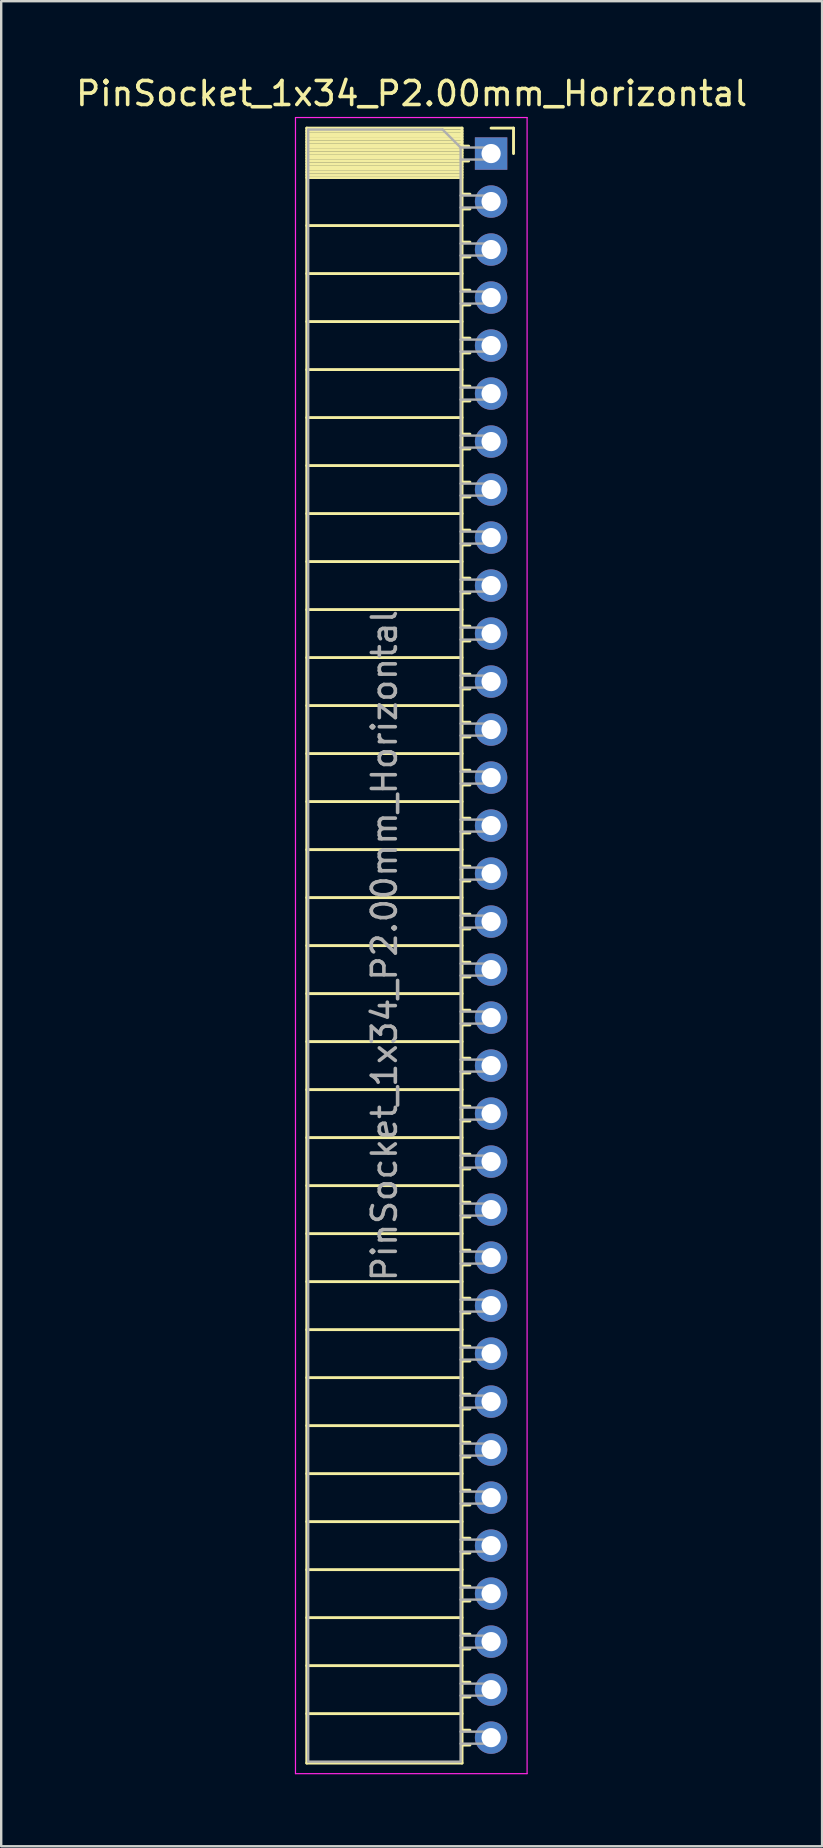
<source format=kicad_pcb>
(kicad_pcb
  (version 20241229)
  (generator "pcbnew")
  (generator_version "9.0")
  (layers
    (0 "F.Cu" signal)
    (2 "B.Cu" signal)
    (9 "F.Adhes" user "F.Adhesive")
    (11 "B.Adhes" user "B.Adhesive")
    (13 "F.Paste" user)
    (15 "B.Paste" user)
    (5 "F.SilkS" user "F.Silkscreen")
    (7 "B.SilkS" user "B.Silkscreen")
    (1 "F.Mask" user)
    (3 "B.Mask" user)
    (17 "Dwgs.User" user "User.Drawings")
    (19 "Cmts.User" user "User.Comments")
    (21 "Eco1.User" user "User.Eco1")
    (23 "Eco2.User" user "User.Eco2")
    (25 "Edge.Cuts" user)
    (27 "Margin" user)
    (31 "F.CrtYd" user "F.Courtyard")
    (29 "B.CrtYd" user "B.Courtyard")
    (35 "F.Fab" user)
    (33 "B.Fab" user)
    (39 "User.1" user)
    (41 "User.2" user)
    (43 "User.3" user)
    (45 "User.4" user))
  (footprint "PinSocket_1x34_P2.00mm_Horizontal"
    (layer "F.Cu")
    (at 17.411 3.348)
    (property "Reference" "PinSocket_1x34_P2.00mm_Horizontal" (at -3.31 -2.5 0) (layer "F.SilkS") (effects (font (size 1 1) (thickness 0.15))))
    (attr through_hole)
    (fp_line (start -7.68 -1.06) (end -7.68 67.06) (stroke (width 0.12) (type solid)) (layer "F.SilkS"))
    (fp_line (start -7.68 -1.06) (end -1.21 -1.06) (stroke (width 0.12) (type solid)) (layer "F.SilkS"))
    (fp_line (start -7.68 -0.94) (end -1.21 -0.94) (stroke (width 0.12) (type solid)) (layer "F.SilkS"))
    (fp_line (start -7.68 -0.826) (end -1.21 -0.826) (stroke (width 0.12) (type solid)) (layer "F.SilkS"))
    (fp_line (start -7.68 -0.712) (end -1.21 -0.712) (stroke (width 0.12) (type solid)) (layer "F.SilkS"))
    (fp_line (start -7.68 -0.598) (end -1.21 -0.598) (stroke (width 0.12) (type solid)) (layer "F.SilkS"))
    (fp_line (start -7.68 -0.484) (end -1.21 -0.484) (stroke (width 0.12) (type solid)) (layer "F.SilkS"))
    (fp_line (start -7.68 -0.369) (end -1.21 -0.369) (stroke (width 0.12) (type solid)) (layer "F.SilkS"))
    (fp_line (start -7.68 -0.255) (end -1.21 -0.255) (stroke (width 0.12) (type solid)) (layer "F.SilkS"))
    (fp_line (start -7.68 -0.141) (end -1.21 -0.141) (stroke (width 0.12) (type solid)) (layer "F.SilkS"))
    (fp_line (start -7.68 -0.027) (end -1.21 -0.027) (stroke (width 0.12) (type solid)) (layer "F.SilkS"))
    (fp_line (start -7.68 0.087) (end -1.21 0.087) (stroke (width 0.12) (type solid)) (layer "F.SilkS"))
    (fp_line (start -7.68 0.201) (end -1.21 0.201) (stroke (width 0.12) (type solid)) (layer "F.SilkS"))
    (fp_line (start -7.68 0.315) (end -1.21 0.315) (stroke (width 0.12) (type solid)) (layer "F.SilkS"))
    (fp_line (start -7.68 0.429) (end -1.21 0.429) (stroke (width 0.12) (type solid)) (layer "F.SilkS"))
    (fp_line (start -7.68 0.544) (end -1.21 0.544) (stroke (width 0.12) (type solid)) (layer "F.SilkS"))
    (fp_line (start -7.68 0.658) (end -1.21 0.658) (stroke (width 0.12) (type solid)) (layer "F.SilkS"))
    (fp_line (start -7.68 0.772) (end -1.21 0.772) (stroke (width 0.12) (type solid)) (layer "F.SilkS"))
    (fp_line (start -7.68 0.886) (end -1.21 0.886) (stroke (width 0.12) (type solid)) (layer "F.SilkS"))
    (fp_line (start -7.68 1) (end -1.21 1) (stroke (width 0.12) (type solid)) (layer "F.SilkS"))
    (fp_line (start -7.68 3) (end -1.21 3) (stroke (width 0.12) (type solid)) (layer "F.SilkS"))
    (fp_line (start -7.68 5) (end -1.21 5) (stroke (width 0.12) (type solid)) (layer "F.SilkS"))
    (fp_line (start -7.68 7) (end -1.21 7) (stroke (width 0.12) (type solid)) (layer "F.SilkS"))
    (fp_line (start -7.68 9) (end -1.21 9) (stroke (width 0.12) (type solid)) (layer "F.SilkS"))
    (fp_line (start -7.68 11) (end -1.21 11) (stroke (width 0.12) (type solid)) (layer "F.SilkS"))
    (fp_line (start -7.68 13) (end -1.21 13) (stroke (width 0.12) (type solid)) (layer "F.SilkS"))
    (fp_line (start -7.68 15) (end -1.21 15) (stroke (width 0.12) (type solid)) (layer "F.SilkS"))
    (fp_line (start -7.68 17) (end -1.21 17) (stroke (width 0.12) (type solid)) (layer "F.SilkS"))
    (fp_line (start -7.68 19) (end -1.21 19) (stroke (width 0.12) (type solid)) (layer "F.SilkS"))
    (fp_line (start -7.68 21) (end -1.21 21) (stroke (width 0.12) (type solid)) (layer "F.SilkS"))
    (fp_line (start -7.68 23) (end -1.21 23) (stroke (width 0.12) (type solid)) (layer "F.SilkS"))
    (fp_line (start -7.68 25) (end -1.21 25) (stroke (width 0.12) (type solid)) (layer "F.SilkS"))
    (fp_line (start -7.68 27) (end -1.21 27) (stroke (width 0.12) (type solid)) (layer "F.SilkS"))
    (fp_line (start -7.68 29) (end -1.21 29) (stroke (width 0.12) (type solid)) (layer "F.SilkS"))
    (fp_line (start -7.68 31) (end -1.21 31) (stroke (width 0.12) (type solid)) (layer "F.SilkS"))
    (fp_line (start -7.68 33) (end -1.21 33) (stroke (width 0.12) (type solid)) (layer "F.SilkS"))
    (fp_line (start -7.68 35) (end -1.21 35) (stroke (width 0.12) (type solid)) (layer "F.SilkS"))
    (fp_line (start -7.68 37) (end -1.21 37) (stroke (width 0.12) (type solid)) (layer "F.SilkS"))
    (fp_line (start -7.68 39) (end -1.21 39) (stroke (width 0.12) (type solid)) (layer "F.SilkS"))
    (fp_line (start -7.68 41) (end -1.21 41) (stroke (width 0.12) (type solid)) (layer "F.SilkS"))
    (fp_line (start -7.68 43) (end -1.21 43) (stroke (width 0.12) (type solid)) (layer "F.SilkS"))
    (fp_line (start -7.68 45) (end -1.21 45) (stroke (width 0.12) (type solid)) (layer "F.SilkS"))
    (fp_line (start -7.68 47) (end -1.21 47) (stroke (width 0.12) (type solid)) (layer "F.SilkS"))
    (fp_line (start -7.68 49) (end -1.21 49) (stroke (width 0.12) (type solid)) (layer "F.SilkS"))
    (fp_line (start -7.68 51) (end -1.21 51) (stroke (width 0.12) (type solid)) (layer "F.SilkS"))
    (fp_line (start -7.68 53) (end -1.21 53) (stroke (width 0.12) (type solid)) (layer "F.SilkS"))
    (fp_line (start -7.68 55) (end -1.21 55) (stroke (width 0.12) (type solid)) (layer "F.SilkS"))
    (fp_line (start -7.68 57) (end -1.21 57) (stroke (width 0.12) (type solid)) (layer "F.SilkS"))
    (fp_line (start -7.68 59) (end -1.21 59) (stroke (width 0.12) (type solid)) (layer "F.SilkS"))
    (fp_line (start -7.68 61) (end -1.21 61) (stroke (width 0.12) (type solid)) (layer "F.SilkS"))
    (fp_line (start -7.68 63) (end -1.21 63) (stroke (width 0.12) (type solid)) (layer "F.SilkS"))
    (fp_line (start -7.68 65) (end -1.21 65) (stroke (width 0.12) (type solid)) (layer "F.SilkS"))
    (fp_line (start -7.68 67.06) (end -1.21 67.06) (stroke (width 0.12) (type solid)) (layer "F.SilkS"))
    (fp_line (start -1.21 -1.06) (end -1.21 67.06) (stroke (width 0.12) (type solid)) (layer "F.SilkS"))
    (fp_line (start -1.21 -0.31) (end -0.935 -0.31) (stroke (width 0.12) (type solid)) (layer "F.SilkS"))
    (fp_line (start -1.21 0.31) (end -0.935 0.31) (stroke (width 0.12) (type solid)) (layer "F.SilkS"))
    (fp_line (start -1.21 1.69) (end -0.882 1.69) (stroke (width 0.12) (type solid)) (layer "F.SilkS"))
    (fp_line (start -1.21 2.31) (end -0.882 2.31) (stroke (width 0.12) (type solid)) (layer "F.SilkS"))
    (fp_line (start -1.21 3.69) (end -0.882 3.69) (stroke (width 0.12) (type solid)) (layer "F.SilkS"))
    (fp_line (start -1.21 4.31) (end -0.882 4.31) (stroke (width 0.12) (type solid)) (layer "F.SilkS"))
    (fp_line (start -1.21 5.69) (end -0.882 5.69) (stroke (width 0.12) (type solid)) (layer "F.SilkS"))
    (fp_line (start -1.21 6.31) (end -0.882 6.31) (stroke (width 0.12) (type solid)) (layer "F.SilkS"))
    (fp_line (start -1.21 7.69) (end -0.882 7.69) (stroke (width 0.12) (type solid)) (layer "F.SilkS"))
    (fp_line (start -1.21 8.31) (end -0.882 8.31) (stroke (width 0.12) (type solid)) (layer "F.SilkS"))
    (fp_line (start -1.21 9.69) (end -0.882 9.69) (stroke (width 0.12) (type solid)) (layer "F.SilkS"))
    (fp_line (start -1.21 10.31) (end -0.882 10.31) (stroke (width 0.12) (type solid)) (layer "F.SilkS"))
    (fp_line (start -1.21 11.69) (end -0.882 11.69) (stroke (width 0.12) (type solid)) (layer "F.SilkS"))
    (fp_line (start -1.21 12.31) (end -0.882 12.31) (stroke (width 0.12) (type solid)) (layer "F.SilkS"))
    (fp_line (start -1.21 13.69) (end -0.882 13.69) (stroke (width 0.12) (type solid)) (layer "F.SilkS"))
    (fp_line (start -1.21 14.31) (end -0.882 14.31) (stroke (width 0.12) (type solid)) (layer "F.SilkS"))
    (fp_line (start -1.21 15.69) (end -0.882 15.69) (stroke (width 0.12) (type solid)) (layer "F.SilkS"))
    (fp_line (start -1.21 16.31) (end -0.882 16.31) (stroke (width 0.12) (type solid)) (layer "F.SilkS"))
    (fp_line (start -1.21 17.69) (end -0.882 17.69) (stroke (width 0.12) (type solid)) (layer "F.SilkS"))
    (fp_line (start -1.21 18.31) (end -0.882 18.31) (stroke (width 0.12) (type solid)) (layer "F.SilkS"))
    (fp_line (start -1.21 19.69) (end -0.882 19.69) (stroke (width 0.12) (type solid)) (layer "F.SilkS"))
    (fp_line (start -1.21 20.31) (end -0.882 20.31) (stroke (width 0.12) (type solid)) (layer "F.SilkS"))
    (fp_line (start -1.21 21.69) (end -0.882 21.69) (stroke (width 0.12) (type solid)) (layer "F.SilkS"))
    (fp_line (start -1.21 22.31) (end -0.882 22.31) (stroke (width 0.12) (type solid)) (layer "F.SilkS"))
    (fp_line (start -1.21 23.69) (end -0.882 23.69) (stroke (width 0.12) (type solid)) (layer "F.SilkS"))
    (fp_line (start -1.21 24.31) (end -0.882 24.31) (stroke (width 0.12) (type solid)) (layer "F.SilkS"))
    (fp_line (start -1.21 25.69) (end -0.882 25.69) (stroke (width 0.12) (type solid)) (layer "F.SilkS"))
    (fp_line (start -1.21 26.31) (end -0.882 26.31) (stroke (width 0.12) (type solid)) (layer "F.SilkS"))
    (fp_line (start -1.21 27.69) (end -0.882 27.69) (stroke (width 0.12) (type solid)) (layer "F.SilkS"))
    (fp_line (start -1.21 28.31) (end -0.882 28.31) (stroke (width 0.12) (type solid)) (layer "F.SilkS"))
    (fp_line (start -1.21 29.69) (end -0.882 29.69) (stroke (width 0.12) (type solid)) (layer "F.SilkS"))
    (fp_line (start -1.21 30.31) (end -0.882 30.31) (stroke (width 0.12) (type solid)) (layer "F.SilkS"))
    (fp_line (start -1.21 31.69) (end -0.882 31.69) (stroke (width 0.12) (type solid)) (layer "F.SilkS"))
    (fp_line (start -1.21 32.31) (end -0.882 32.31) (stroke (width 0.12) (type solid)) (layer "F.SilkS"))
    (fp_line (start -1.21 33.69) (end -0.882 33.69) (stroke (width 0.12) (type solid)) (layer "F.SilkS"))
    (fp_line (start -1.21 34.31) (end -0.882 34.31) (stroke (width 0.12) (type solid)) (layer "F.SilkS"))
    (fp_line (start -1.21 35.69) (end -0.882 35.69) (stroke (width 0.12) (type solid)) (layer "F.SilkS"))
    (fp_line (start -1.21 36.31) (end -0.882 36.31) (stroke (width 0.12) (type solid)) (layer "F.SilkS"))
    (fp_line (start -1.21 37.69) (end -0.882 37.69) (stroke (width 0.12) (type solid)) (layer "F.SilkS"))
    (fp_line (start -1.21 38.31) (end -0.882 38.31) (stroke (width 0.12) (type solid)) (layer "F.SilkS"))
    (fp_line (start -1.21 39.69) (end -0.882 39.69) (stroke (width 0.12) (type solid)) (layer "F.SilkS"))
    (fp_line (start -1.21 40.31) (end -0.882 40.31) (stroke (width 0.12) (type solid)) (layer "F.SilkS"))
    (fp_line (start -1.21 41.69) (end -0.882 41.69) (stroke (width 0.12) (type solid)) (layer "F.SilkS"))
    (fp_line (start -1.21 42.31) (end -0.882 42.31) (stroke (width 0.12) (type solid)) (layer "F.SilkS"))
    (fp_line (start -1.21 43.69) (end -0.882 43.69) (stroke (width 0.12) (type solid)) (layer "F.SilkS"))
    (fp_line (start -1.21 44.31) (end -0.882 44.31) (stroke (width 0.12) (type solid)) (layer "F.SilkS"))
    (fp_line (start -1.21 45.69) (end -0.882 45.69) (stroke (width 0.12) (type solid)) (layer "F.SilkS"))
    (fp_line (start -1.21 46.31) (end -0.882 46.31) (stroke (width 0.12) (type solid)) (layer "F.SilkS"))
    (fp_line (start -1.21 47.69) (end -0.882 47.69) (stroke (width 0.12) (type solid)) (layer "F.SilkS"))
    (fp_line (start -1.21 48.31) (end -0.882 48.31) (stroke (width 0.12) (type solid)) (layer "F.SilkS"))
    (fp_line (start -1.21 49.69) (end -0.882 49.69) (stroke (width 0.12) (type solid)) (layer "F.SilkS"))
    (fp_line (start -1.21 50.31) (end -0.882 50.31) (stroke (width 0.12) (type solid)) (layer "F.SilkS"))
    (fp_line (start -1.21 51.69) (end -0.882 51.69) (stroke (width 0.12) (type solid)) (layer "F.SilkS"))
    (fp_line (start -1.21 52.31) (end -0.882 52.31) (stroke (width 0.12) (type solid)) (layer "F.SilkS"))
    (fp_line (start -1.21 53.69) (end -0.882 53.69) (stroke (width 0.12) (type solid)) (layer "F.SilkS"))
    (fp_line (start -1.21 54.31) (end -0.882 54.31) (stroke (width 0.12) (type solid)) (layer "F.SilkS"))
    (fp_line (start -1.21 55.69) (end -0.882 55.69) (stroke (width 0.12) (type solid)) (layer "F.SilkS"))
    (fp_line (start -1.21 56.31) (end -0.882 56.31) (stroke (width 0.12) (type solid)) (layer "F.SilkS"))
    (fp_line (start -1.21 57.69) (end -0.882 57.69) (stroke (width 0.12) (type solid)) (layer "F.SilkS"))
    (fp_line (start -1.21 58.31) (end -0.882 58.31) (stroke (width 0.12) (type solid)) (layer "F.SilkS"))
    (fp_line (start -1.21 59.69) (end -0.882 59.69) (stroke (width 0.12) (type solid)) (layer "F.SilkS"))
    (fp_line (start -1.21 60.31) (end -0.882 60.31) (stroke (width 0.12) (type solid)) (layer "F.SilkS"))
    (fp_line (start -1.21 61.69) (end -0.882 61.69) (stroke (width 0.12) (type solid)) (layer "F.SilkS"))
    (fp_line (start -1.21 62.31) (end -0.882 62.31) (stroke (width 0.12) (type solid)) (layer "F.SilkS"))
    (fp_line (start -1.21 63.69) (end -0.882 63.69) (stroke (width 0.12) (type solid)) (layer "F.SilkS"))
    (fp_line (start -1.21 64.31) (end -0.882 64.31) (stroke (width 0.12) (type solid)) (layer "F.SilkS"))
    (fp_line (start -1.21 65.69) (end -0.882 65.69) (stroke (width 0.12) (type solid)) (layer "F.SilkS"))
    (fp_line (start -1.21 66.31) (end -0.882 66.31) (stroke (width 0.12) (type solid)) (layer "F.SilkS"))
    (fp_line (start 0 -1.06) (end 0.935 -1.06) (stroke (width 0.12) (type solid)) (layer "F.SilkS"))
    (fp_line (start 0.935 -1.06) (end 0.935 0) (stroke (width 0.12) (type solid)) (layer "F.SilkS"))
    (fp_line (start -8.15 -1.5) (end -8.15 67.5) (stroke (width 0.05) (type solid)) (layer "F.CrtYd"))
    (fp_line (start -8.15 67.5) (end 1.5 67.5) (stroke (width 0.05) (type solid)) (layer "F.CrtYd"))
    (fp_line (start 1.5 -1.5) (end -8.15 -1.5) (stroke (width 0.05) (type solid)) (layer "F.CrtYd"))
    (fp_line (start 1.5 67.5) (end 1.5 -1.5) (stroke (width 0.05) (type solid)) (layer "F.CrtYd"))
    (fp_line (start -7.62 -1) (end -2.02 -1) (stroke (width 0.1) (type solid)) (layer "F.Fab"))
    (fp_line (start -7.62 67) (end -7.62 -1) (stroke (width 0.1) (type solid)) (layer "F.Fab"))
    (fp_line (start -2.02 -1) (end -1.27 -0.25) (stroke (width 0.1) (type solid)) (layer "F.Fab"))
    (fp_line (start -1.27 -0.25) (end -1.27 67) (stroke (width 0.1) (type solid)) (layer "F.Fab"))
    (fp_line (start -1.27 0.25) (end 0 0.25) (stroke (width 0.1) (type solid)) (layer "F.Fab"))
    (fp_line (start -1.27 2.25) (end 0 2.25) (stroke (width 0.1) (type solid)) (layer "F.Fab"))
    (fp_line (start -1.27 4.25) (end 0 4.25) (stroke (width 0.1) (type solid)) (layer "F.Fab"))
    (fp_line (start -1.27 6.25) (end 0 6.25) (stroke (width 0.1) (type solid)) (layer "F.Fab"))
    (fp_line (start -1.27 8.25) (end 0 8.25) (stroke (width 0.1) (type solid)) (layer "F.Fab"))
    (fp_line (start -1.27 10.25) (end 0 10.25) (stroke (width 0.1) (type solid)) (layer "F.Fab"))
    (fp_line (start -1.27 12.25) (end 0 12.25) (stroke (width 0.1) (type solid)) (layer "F.Fab"))
    (fp_line (start -1.27 14.25) (end 0 14.25) (stroke (width 0.1) (type solid)) (layer "F.Fab"))
    (fp_line (start -1.27 16.25) (end 0 16.25) (stroke (width 0.1) (type solid)) (layer "F.Fab"))
    (fp_line (start -1.27 18.25) (end 0 18.25) (stroke (width 0.1) (type solid)) (layer "F.Fab"))
    (fp_line (start -1.27 20.25) (end 0 20.25) (stroke (width 0.1) (type solid)) (layer "F.Fab"))
    (fp_line (start -1.27 22.25) (end 0 22.25) (stroke (width 0.1) (type solid)) (layer "F.Fab"))
    (fp_line (start -1.27 24.25) (end 0 24.25) (stroke (width 0.1) (type solid)) (layer "F.Fab"))
    (fp_line (start -1.27 26.25) (end 0 26.25) (stroke (width 0.1) (type solid)) (layer "F.Fab"))
    (fp_line (start -1.27 28.25) (end 0 28.25) (stroke (width 0.1) (type solid)) (layer "F.Fab"))
    (fp_line (start -1.27 30.25) (end 0 30.25) (stroke (width 0.1) (type solid)) (layer "F.Fab"))
    (fp_line (start -1.27 32.25) (end 0 32.25) (stroke (width 0.1) (type solid)) (layer "F.Fab"))
    (fp_line (start -1.27 34.25) (end 0 34.25) (stroke (width 0.1) (type solid)) (layer "F.Fab"))
    (fp_line (start -1.27 36.25) (end 0 36.25) (stroke (width 0.1) (type solid)) (layer "F.Fab"))
    (fp_line (start -1.27 38.25) (end 0 38.25) (stroke (width 0.1) (type solid)) (layer "F.Fab"))
    (fp_line (start -1.27 40.25) (end 0 40.25) (stroke (width 0.1) (type solid)) (layer "F.Fab"))
    (fp_line (start -1.27 42.25) (end 0 42.25) (stroke (width 0.1) (type solid)) (layer "F.Fab"))
    (fp_line (start -1.27 44.25) (end 0 44.25) (stroke (width 0.1) (type solid)) (layer "F.Fab"))
    (fp_line (start -1.27 46.25) (end 0 46.25) (stroke (width 0.1) (type solid)) (layer "F.Fab"))
    (fp_line (start -1.27 48.25) (end 0 48.25) (stroke (width 0.1) (type solid)) (layer "F.Fab"))
    (fp_line (start -1.27 50.25) (end 0 50.25) (stroke (width 0.1) (type solid)) (layer "F.Fab"))
    (fp_line (start -1.27 52.25) (end 0 52.25) (stroke (width 0.1) (type solid)) (layer "F.Fab"))
    (fp_line (start -1.27 54.25) (end 0 54.25) (stroke (width 0.1) (type solid)) (layer "F.Fab"))
    (fp_line (start -1.27 56.25) (end 0 56.25) (stroke (width 0.1) (type solid)) (layer "F.Fab"))
    (fp_line (start -1.27 58.25) (end 0 58.25) (stroke (width 0.1) (type solid)) (layer "F.Fab"))
    (fp_line (start -1.27 60.25) (end 0 60.25) (stroke (width 0.1) (type solid)) (layer "F.Fab"))
    (fp_line (start -1.27 62.25) (end 0 62.25) (stroke (width 0.1) (type solid)) (layer "F.Fab"))
    (fp_line (start -1.27 64.25) (end 0 64.25) (stroke (width 0.1) (type solid)) (layer "F.Fab"))
    (fp_line (start -1.27 66.25) (end 0 66.25) (stroke (width 0.1) (type solid)) (layer "F.Fab"))
    (fp_line (start -1.27 67) (end -7.62 67) (stroke (width 0.1) (type solid)) (layer "F.Fab"))
    (fp_line (start 0 -0.25) (end -1.27 -0.25) (stroke (width 0.1) (type solid)) (layer "F.Fab"))
    (fp_line (start 0 0.25) (end 0 -0.25) (stroke (width 0.1) (type solid)) (layer "F.Fab"))
    (fp_line (start 0 1.75) (end -1.27 1.75) (stroke (width 0.1) (type solid)) (layer "F.Fab"))
    (fp_line (start 0 2.25) (end 0 1.75) (stroke (width 0.1) (type solid)) (layer "F.Fab"))
    (fp_line (start 0 3.75) (end -1.27 3.75) (stroke (width 0.1) (type solid)) (layer "F.Fab"))
    (fp_line (start 0 4.25) (end 0 3.75) (stroke (width 0.1) (type solid)) (layer "F.Fab"))
    (fp_line (start 0 5.75) (end -1.27 5.75) (stroke (width 0.1) (type solid)) (layer "F.Fab"))
    (fp_line (start 0 6.25) (end 0 5.75) (stroke (width 0.1) (type solid)) (layer "F.Fab"))
    (fp_line (start 0 7.75) (end -1.27 7.75) (stroke (width 0.1) (type solid)) (layer "F.Fab"))
    (fp_line (start 0 8.25) (end 0 7.75) (stroke (width 0.1) (type solid)) (layer "F.Fab"))
    (fp_line (start 0 9.75) (end -1.27 9.75) (stroke (width 0.1) (type solid)) (layer "F.Fab"))
    (fp_line (start 0 10.25) (end 0 9.75) (stroke (width 0.1) (type solid)) (layer "F.Fab"))
    (fp_line (start 0 11.75) (end -1.27 11.75) (stroke (width 0.1) (type solid)) (layer "F.Fab"))
    (fp_line (start 0 12.25) (end 0 11.75) (stroke (width 0.1) (type solid)) (layer "F.Fab"))
    (fp_line (start 0 13.75) (end -1.27 13.75) (stroke (width 0.1) (type solid)) (layer "F.Fab"))
    (fp_line (start 0 14.25) (end 0 13.75) (stroke (width 0.1) (type solid)) (layer "F.Fab"))
    (fp_line (start 0 15.75) (end -1.27 15.75) (stroke (width 0.1) (type solid)) (layer "F.Fab"))
    (fp_line (start 0 16.25) (end 0 15.75) (stroke (width 0.1) (type solid)) (layer "F.Fab"))
    (fp_line (start 0 17.75) (end -1.27 17.75) (stroke (width 0.1) (type solid)) (layer "F.Fab"))
    (fp_line (start 0 18.25) (end 0 17.75) (stroke (width 0.1) (type solid)) (layer "F.Fab"))
    (fp_line (start 0 19.75) (end -1.27 19.75) (stroke (width 0.1) (type solid)) (layer "F.Fab"))
    (fp_line (start 0 20.25) (end 0 19.75) (stroke (width 0.1) (type solid)) (layer "F.Fab"))
    (fp_line (start 0 21.75) (end -1.27 21.75) (stroke (width 0.1) (type solid)) (layer "F.Fab"))
    (fp_line (start 0 22.25) (end 0 21.75) (stroke (width 0.1) (type solid)) (layer "F.Fab"))
    (fp_line (start 0 23.75) (end -1.27 23.75) (stroke (width 0.1) (type solid)) (layer "F.Fab"))
    (fp_line (start 0 24.25) (end 0 23.75) (stroke (width 0.1) (type solid)) (layer "F.Fab"))
    (fp_line (start 0 25.75) (end -1.27 25.75) (stroke (width 0.1) (type solid)) (layer "F.Fab"))
    (fp_line (start 0 26.25) (end 0 25.75) (stroke (width 0.1) (type solid)) (layer "F.Fab"))
    (fp_line (start 0 27.75) (end -1.27 27.75) (stroke (width 0.1) (type solid)) (layer "F.Fab"))
    (fp_line (start 0 28.25) (end 0 27.75) (stroke (width 0.1) (type solid)) (layer "F.Fab"))
    (fp_line (start 0 29.75) (end -1.27 29.75) (stroke (width 0.1) (type solid)) (layer "F.Fab"))
    (fp_line (start 0 30.25) (end 0 29.75) (stroke (width 0.1) (type solid)) (layer "F.Fab"))
    (fp_line (start 0 31.75) (end -1.27 31.75) (stroke (width 0.1) (type solid)) (layer "F.Fab"))
    (fp_line (start 0 32.25) (end 0 31.75) (stroke (width 0.1) (type solid)) (layer "F.Fab"))
    (fp_line (start 0 33.75) (end -1.27 33.75) (stroke (width 0.1) (type solid)) (layer "F.Fab"))
    (fp_line (start 0 34.25) (end 0 33.75) (stroke (width 0.1) (type solid)) (layer "F.Fab"))
    (fp_line (start 0 35.75) (end -1.27 35.75) (stroke (width 0.1) (type solid)) (layer "F.Fab"))
    (fp_line (start 0 36.25) (end 0 35.75) (stroke (width 0.1) (type solid)) (layer "F.Fab"))
    (fp_line (start 0 37.75) (end -1.27 37.75) (stroke (width 0.1) (type solid)) (layer "F.Fab"))
    (fp_line (start 0 38.25) (end 0 37.75) (stroke (width 0.1) (type solid)) (layer "F.Fab"))
    (fp_line (start 0 39.75) (end -1.27 39.75) (stroke (width 0.1) (type solid)) (layer "F.Fab"))
    (fp_line (start 0 40.25) (end 0 39.75) (stroke (width 0.1) (type solid)) (layer "F.Fab"))
    (fp_line (start 0 41.75) (end -1.27 41.75) (stroke (width 0.1) (type solid)) (layer "F.Fab"))
    (fp_line (start 0 42.25) (end 0 41.75) (stroke (width 0.1) (type solid)) (layer "F.Fab"))
    (fp_line (start 0 43.75) (end -1.27 43.75) (stroke (width 0.1) (type solid)) (layer "F.Fab"))
    (fp_line (start 0 44.25) (end 0 43.75) (stroke (width 0.1) (type solid)) (layer "F.Fab"))
    (fp_line (start 0 45.75) (end -1.27 45.75) (stroke (width 0.1) (type solid)) (layer "F.Fab"))
    (fp_line (start 0 46.25) (end 0 45.75) (stroke (width 0.1) (type solid)) (layer "F.Fab"))
    (fp_line (start 0 47.75) (end -1.27 47.75) (stroke (width 0.1) (type solid)) (layer "F.Fab"))
    (fp_line (start 0 48.25) (end 0 47.75) (stroke (width 0.1) (type solid)) (layer "F.Fab"))
    (fp_line (start 0 49.75) (end -1.27 49.75) (stroke (width 0.1) (type solid)) (layer "F.Fab"))
    (fp_line (start 0 50.25) (end 0 49.75) (stroke (width 0.1) (type solid)) (layer "F.Fab"))
    (fp_line (start 0 51.75) (end -1.27 51.75) (stroke (width 0.1) (type solid)) (layer "F.Fab"))
    (fp_line (start 0 52.25) (end 0 51.75) (stroke (width 0.1) (type solid)) (layer "F.Fab"))
    (fp_line (start 0 53.75) (end -1.27 53.75) (stroke (width 0.1) (type solid)) (layer "F.Fab"))
    (fp_line (start 0 54.25) (end 0 53.75) (stroke (width 0.1) (type solid)) (layer "F.Fab"))
    (fp_line (start 0 55.75) (end -1.27 55.75) (stroke (width 0.1) (type solid)) (layer "F.Fab"))
    (fp_line (start 0 56.25) (end 0 55.75) (stroke (width 0.1) (type solid)) (layer "F.Fab"))
    (fp_line (start 0 57.75) (end -1.27 57.75) (stroke (width 0.1) (type solid)) (layer "F.Fab"))
    (fp_line (start 0 58.25) (end 0 57.75) (stroke (width 0.1) (type solid)) (layer "F.Fab"))
    (fp_line (start 0 59.75) (end -1.27 59.75) (stroke (width 0.1) (type solid)) (layer "F.Fab"))
    (fp_line (start 0 60.25) (end 0 59.75) (stroke (width 0.1) (type solid)) (layer "F.Fab"))
    (fp_line (start 0 61.75) (end -1.27 61.75) (stroke (width 0.1) (type solid)) (layer "F.Fab"))
    (fp_line (start 0 62.25) (end 0 61.75) (stroke (width 0.1) (type solid)) (layer "F.Fab"))
    (fp_line (start 0 63.75) (end -1.27 63.75) (stroke (width 0.1) (type solid)) (layer "F.Fab"))
    (fp_line (start 0 64.25) (end 0 63.75) (stroke (width 0.1) (type solid)) (layer "F.Fab"))
    (fp_line (start 0 65.75) (end -1.27 65.75) (stroke (width 0.1) (type solid)) (layer "F.Fab"))
    (fp_line (start 0 66.25) (end 0 65.75) (stroke (width 0.1) (type solid)) (layer "F.Fab"))
    (fp_text user "${REFERENCE}" (at -4.445 33 90) (layer "F.Fab") (effects (font (size 1 1) (thickness 0.15))))
    (pad "1" thru_hole rect (at 0 0) (size 1.35 1.35) (drill 0.8) (layers "*.Cu" "*.Mask"))
    (pad "2" thru_hole oval (at 0 2) (size 1.35 1.35) (drill 0.8) (layers "*.Cu" "*.Mask"))
    (pad "3" thru_hole oval (at 0 4) (size 1.35 1.35) (drill 0.8) (layers "*.Cu" "*.Mask"))
    (pad "4" thru_hole oval (at 0 6) (size 1.35 1.35) (drill 0.8) (layers "*.Cu" "*.Mask"))
    (pad "5" thru_hole oval (at 0 8) (size 1.35 1.35) (drill 0.8) (layers "*.Cu" "*.Mask"))
    (pad "6" thru_hole oval (at 0 10) (size 1.35 1.35) (drill 0.8) (layers "*.Cu" "*.Mask"))
    (pad "7" thru_hole oval (at 0 12) (size 1.35 1.35) (drill 0.8) (layers "*.Cu" "*.Mask"))
    (pad "8" thru_hole oval (at 0 14) (size 1.35 1.35) (drill 0.8) (layers "*.Cu" "*.Mask"))
    (pad "9" thru_hole oval (at 0 16) (size 1.35 1.35) (drill 0.8) (layers "*.Cu" "*.Mask"))
    (pad "10" thru_hole oval (at 0 18) (size 1.35 1.35) (drill 0.8) (layers "*.Cu" "*.Mask"))
    (pad "11" thru_hole oval (at 0 20) (size 1.35 1.35) (drill 0.8) (layers "*.Cu" "*.Mask"))
    (pad "12" thru_hole oval (at 0 22) (size 1.35 1.35) (drill 0.8) (layers "*.Cu" "*.Mask"))
    (pad "13" thru_hole oval (at 0 24) (size 1.35 1.35) (drill 0.8) (layers "*.Cu" "*.Mask"))
    (pad "14" thru_hole oval (at 0 26) (size 1.35 1.35) (drill 0.8) (layers "*.Cu" "*.Mask"))
    (pad "15" thru_hole oval (at 0 28) (size 1.35 1.35) (drill 0.8) (layers "*.Cu" "*.Mask"))
    (pad "16" thru_hole oval (at 0 30) (size 1.35 1.35) (drill 0.8) (layers "*.Cu" "*.Mask"))
    (pad "17" thru_hole oval (at 0 32) (size 1.35 1.35) (drill 0.8) (layers "*.Cu" "*.Mask"))
    (pad "18" thru_hole oval (at 0 34) (size 1.35 1.35) (drill 0.8) (layers "*.Cu" "*.Mask"))
    (pad "19" thru_hole oval (at 0 36) (size 1.35 1.35) (drill 0.8) (layers "*.Cu" "*.Mask"))
    (pad "20" thru_hole oval (at 0 38) (size 1.35 1.35) (drill 0.8) (layers "*.Cu" "*.Mask"))
    (pad "21" thru_hole oval (at 0 40) (size 1.35 1.35) (drill 0.8) (layers "*.Cu" "*.Mask"))
    (pad "22" thru_hole oval (at 0 42) (size 1.35 1.35) (drill 0.8) (layers "*.Cu" "*.Mask"))
    (pad "23" thru_hole oval (at 0 44) (size 1.35 1.35) (drill 0.8) (layers "*.Cu" "*.Mask"))
    (pad "24" thru_hole oval (at 0 46) (size 1.35 1.35) (drill 0.8) (layers "*.Cu" "*.Mask"))
    (pad "25" thru_hole oval (at 0 48) (size 1.35 1.35) (drill 0.8) (layers "*.Cu" "*.Mask"))
    (pad "26" thru_hole oval (at 0 50) (size 1.35 1.35) (drill 0.8) (layers "*.Cu" "*.Mask"))
    (pad "27" thru_hole oval (at 0 52) (size 1.35 1.35) (drill 0.8) (layers "*.Cu" "*.Mask"))
    (pad "28" thru_hole oval (at 0 54) (size 1.35 1.35) (drill 0.8) (layers "*.Cu" "*.Mask"))
    (pad "29" thru_hole oval (at 0 56) (size 1.35 1.35) (drill 0.8) (layers "*.Cu" "*.Mask"))
    (pad "30" thru_hole oval (at 0 58) (size 1.35 1.35) (drill 0.8) (layers "*.Cu" "*.Mask"))
    (pad "31" thru_hole oval (at 0 60) (size 1.35 1.35) (drill 0.8) (layers "*.Cu" "*.Mask"))
    (pad "32" thru_hole oval (at 0 62) (size 1.35 1.35) (drill 0.8) (layers "*.Cu" "*.Mask"))
    (pad "33" thru_hole oval (at 0 64) (size 1.35 1.35) (drill 0.8) (layers "*.Cu" "*.Mask"))
    (pad "34" thru_hole oval (at 0 66) (size 1.35 1.35) (drill 0.8) (layers "*.Cu" "*.Mask")))
  (gr_rect
    (start -3 -3)
    (end 31.202 73.873)
    (stroke (width 0.1) (type default))
    (fill no)
    (layer "Edge.Cuts")))
</source>
